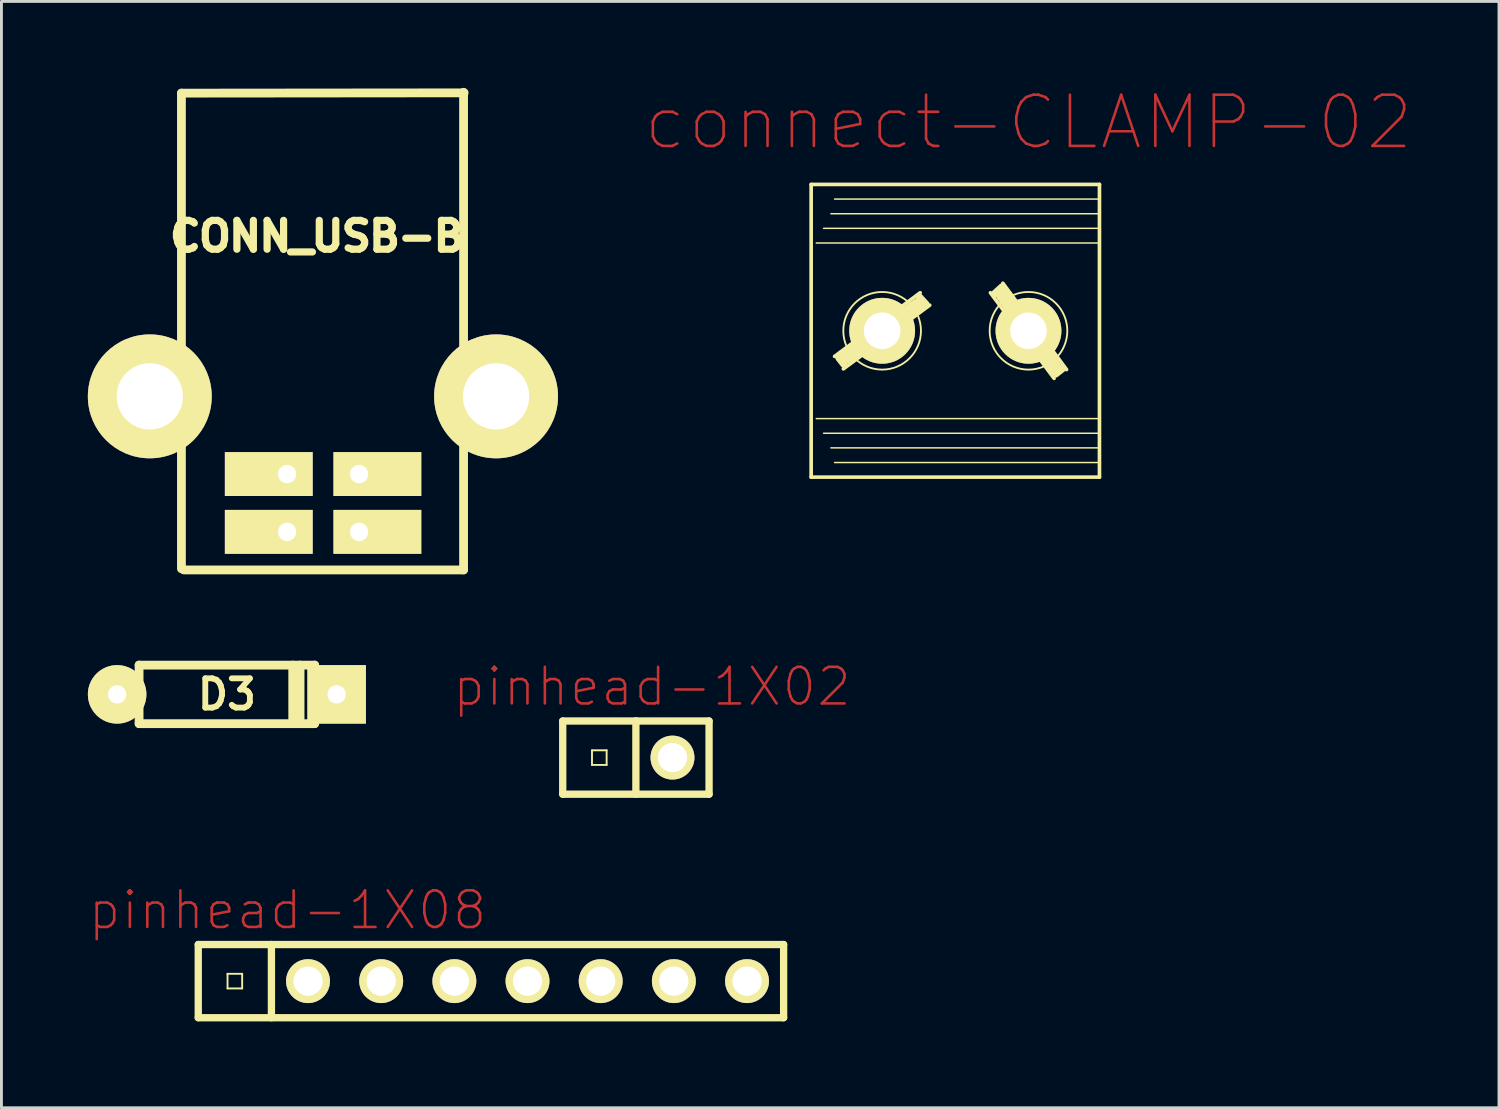
<source format=kicad_pcb>
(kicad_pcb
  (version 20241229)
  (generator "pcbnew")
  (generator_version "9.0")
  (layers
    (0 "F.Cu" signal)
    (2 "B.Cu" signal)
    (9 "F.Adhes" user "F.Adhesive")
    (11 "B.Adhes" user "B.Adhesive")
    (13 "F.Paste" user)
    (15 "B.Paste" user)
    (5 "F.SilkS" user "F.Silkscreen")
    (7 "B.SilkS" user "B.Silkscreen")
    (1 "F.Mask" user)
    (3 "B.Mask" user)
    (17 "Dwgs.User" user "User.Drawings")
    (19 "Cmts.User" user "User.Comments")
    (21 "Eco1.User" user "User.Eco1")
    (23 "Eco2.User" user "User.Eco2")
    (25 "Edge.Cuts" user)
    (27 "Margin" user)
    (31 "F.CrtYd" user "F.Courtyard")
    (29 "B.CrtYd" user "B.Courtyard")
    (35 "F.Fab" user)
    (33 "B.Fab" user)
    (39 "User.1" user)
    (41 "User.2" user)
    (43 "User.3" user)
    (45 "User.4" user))
  (footprint "D3"
    (layer "F.Cu")
    (at 4.826 21.054)
    (property "Reference" "D3" (at 0 0 0) (layer "F.SilkS") (effects (font (size 1.016 1.016) (thickness 0.203))))
    (attr through_hole)
    (fp_line (start -3.048 -1.016) (end -3.048 0) (stroke (width 0.305) (type solid)) (layer "F.SilkS"))
    (fp_line (start -3.048 0) (end -3.81 0) (stroke (width 0.305) (type solid)) (layer "F.SilkS"))
    (fp_line (start -3.048 0) (end -3.048 1.016) (stroke (width 0.305) (type solid)) (layer "F.SilkS"))
    (fp_line (start -3.048 1.016) (end 3.048 1.016) (stroke (width 0.305) (type solid)) (layer "F.SilkS"))
    (fp_line (start 2.286 1.016) (end 2.286 -1.016) (stroke (width 0.305) (type solid)) (layer "F.SilkS"))
    (fp_line (start 2.54 -1.016) (end 2.54 1.016) (stroke (width 0.305) (type solid)) (layer "F.SilkS"))
    (fp_line (start 3.048 -1.016) (end -3.048 -1.016) (stroke (width 0.305) (type solid)) (layer "F.SilkS"))
    (fp_line (start 3.048 0) (end 3.048 -1.016) (stroke (width 0.305) (type solid)) (layer "F.SilkS"))
    (fp_line (start 3.048 1.016) (end 3.048 0) (stroke (width 0.305) (type solid)) (layer "F.SilkS"))
    (fp_line (start 3.81 0) (end 3.048 0) (stroke (width 0.305) (type solid)) (layer "F.SilkS"))
    (pad "1" thru_hole circle (at -3.81 0) (size 2.032 2.032) (drill 0.635) (layers "*.Cu" "*.Mask" "F.SilkS"))
    (pad "2" thru_hole rect (at 3.81 0) (size 2.032 2.032) (drill 0.635) (layers "*.Cu" "*.Mask" "F.SilkS")))
  (footprint "connect-CLAMP-02"
    (layer "F.Cu")
    (at 30.112 8.433)
    (property "Reference" "connect-CLAMP-02" (at 2.54 -7.236 0) (layer "F.Cu") (effects (font (size 1.778 1.778) (thickness 0.089))))
    (attr exclude_from_pos_files exclude_from_bom)
    (fp_line (start -5.004 -5.08) (end -5.004 5.08) (stroke (width 0.127) (type solid)) (layer "F.SilkS"))
    (fp_line (start -5.004 -5.08) (end 5.004 -5.08) (stroke (width 0.127) (type solid)) (layer "F.SilkS"))
    (fp_line (start -4.826 -3.048) (end 4.953 -3.048) (stroke (width 0.051) (type solid)) (layer "F.SilkS"))
    (fp_line (start -4.572 -3.556) (end 4.953 -3.556) (stroke (width 0.051) (type solid)) (layer "F.SilkS"))
    (fp_line (start -4.572 3.556) (end 4.953 3.556) (stroke (width 0.051) (type solid)) (layer "F.SilkS"))
    (fp_line (start -4.318 -4.064) (end 4.953 -4.064) (stroke (width 0.051) (type solid)) (layer "F.SilkS"))
    (fp_line (start -4.318 4.064) (end 4.953 4.064) (stroke (width 0.051) (type solid)) (layer "F.SilkS"))
    (fp_line (start -4.191 -4.572) (end 4.953 -4.572) (stroke (width 0.051) (type solid)) (layer "F.SilkS"))
    (fp_line (start -4.191 4.572) (end 4.953 4.572) (stroke (width 0.051) (type solid)) (layer "F.SilkS"))
    (fp_line (start -3.861 1.168) (end -4.039 0.94) (stroke (width 0.254) (type solid)) (layer "F.SilkS"))
    (fp_line (start -1.27 -0.889) (end -3.81 0.889) (stroke (width 0.508) (type solid)) (layer "F.SilkS"))
    (fp_line (start -1.219 -1.321) (end -4.191 0.889) (stroke (width 0.127) (type solid)) (layer "F.SilkS"))
    (fp_line (start -1.016 -0.914) (end -1.245 -1.168) (stroke (width 0.254) (type solid)) (layer "F.SilkS"))
    (fp_line (start -0.889 -0.889) (end -3.886 1.321) (stroke (width 0.127) (type solid)) (layer "F.SilkS"))
    (fp_line (start 1.219 -1.321) (end 3.429 1.651) (stroke (width 0.127) (type solid)) (layer "F.SilkS"))
    (fp_line (start 1.626 -1.524) (end 1.372 -1.293) (stroke (width 0.254) (type solid)) (layer "F.SilkS"))
    (fp_line (start 1.651 -1.651) (end 3.861 1.346) (stroke (width 0.127) (type solid)) (layer "F.SilkS"))
    (fp_line (start 1.651 -1.27) (end 3.429 1.27) (stroke (width 0.508) (type solid)) (layer "F.SilkS"))
    (fp_line (start 3.708 1.321) (end 3.48 1.499) (stroke (width 0.254) (type solid)) (layer "F.SilkS"))
    (fp_line (start 4.953 3.048) (end -4.826 3.048) (stroke (width 0.051) (type solid)) (layer "F.SilkS"))
    (fp_line (start 5.004 -5.08) (end 5.004 5.08) (stroke (width 0.127) (type solid)) (layer "F.SilkS"))
    (fp_line (start 5.004 5.08) (end -5.004 5.08) (stroke (width 0.127) (type solid)) (layer "F.SilkS"))
    (fp_circle (center -2.54 0) (end -3.493 0.953) (stroke (width 0.064) (type solid)) (fill no) (layer "F.SilkS"))
    (fp_circle (center 2.54 0) (end 3.493 0.953) (stroke (width 0.064) (type solid)) (fill no) (layer "F.SilkS"))
    (pad "1" thru_hole circle (at -2.54 0) (size 2.286 2.286) (drill 1.27) (layers "*.Cu" "F.Mask" "F.SilkS" "F.Paste"))
    (pad "2" thru_hole circle (at 2.54 0) (size 2.286 2.286) (drill 1.27) (layers "*.Cu" "F.Mask" "F.SilkS" "F.Paste")))
  (footprint "pinhead-1X02"
    (layer "F.Cu")
    (at 19.024 23.249)
    (property "Reference" "pinhead-1X02" (at 0.559 -2.464 0) (layer "F.Cu") (effects (font (size 1.27 1.27) (thickness 0.089))))
    (attr exclude_from_pos_files exclude_from_bom)
    (fp_line (start -2.54 -1.27) (end -2.54 1.27) (stroke (width 0.254) (type solid)) (layer "F.SilkS"))
    (fp_line (start -2.54 -1.27) (end 0 -1.27) (stroke (width 0.254) (type solid)) (layer "F.SilkS"))
    (fp_line (start -1.524 -0.254) (end -1.016 -0.254) (stroke (width 0.066) (type solid)) (layer "F.SilkS"))
    (fp_line (start -1.524 0.254) (end -1.524 -0.254) (stroke (width 0.066) (type solid)) (layer "F.SilkS"))
    (fp_line (start -1.524 0.254) (end -1.016 0.254) (stroke (width 0.066) (type solid)) (layer "F.SilkS"))
    (fp_line (start -1.016 0.254) (end -1.016 -0.254) (stroke (width 0.066) (type solid)) (layer "F.SilkS"))
    (fp_line (start 0 -1.27) (end 0 1.27) (stroke (width 0.254) (type solid)) (layer "F.SilkS"))
    (fp_line (start 0 -1.27) (end 2.54 -1.27) (stroke (width 0.254) (type solid)) (layer "F.SilkS"))
    (fp_line (start 1.016 -0.254) (end 1.524 -0.254) (stroke (width 0.066) (type solid)) (layer "F.SilkS"))
    (fp_line (start 1.016 0.254) (end 1.016 -0.254) (stroke (width 0.066) (type solid)) (layer "F.SilkS"))
    (fp_line (start 1.016 0.254) (end 1.524 0.254) (stroke (width 0.066) (type solid)) (layer "F.SilkS"))
    (fp_line (start 1.524 0.254) (end 1.524 -0.254) (stroke (width 0.066) (type solid)) (layer "F.SilkS"))
    (fp_line (start 2.54 -1.27) (end 2.54 1.27) (stroke (width 0.254) (type solid)) (layer "F.SilkS"))
    (fp_line (start 2.54 1.27) (end -2.54 1.27) (stroke (width 0.254) (type solid)) (layer "F.SilkS"))
    (pad "1" thru_hole rect (at -1.27 0) (size 0.001 0.001) (drill 1.016) (layers "*.Cu" "F.Mask" "F.SilkS" "F.Paste"))
    (pad "2" thru_hole circle (at 1.27 0) (size 1.524 1.524) (drill 1.016) (layers "*.Cu" "F.Mask" "F.SilkS" "F.Paste")))
  (footprint "CONN_USB-B"
    (layer "F.Cu")
    (at 8.165 7.793)
    (property "Reference" "CONN_USB-B" (at -0.203 -2.642 0) (layer "F.SilkS") (effects (font (size 1.001 1.001) (thickness 0.25))))
    (attr through_hole)
    (fp_line (start -4.917 -7.61) (end -4.917 8.9) (stroke (width 0.305) (type solid)) (layer "F.SilkS"))
    (fp_line (start -4.836 8.941) (end 4.877 8.941) (stroke (width 0.305) (type solid)) (layer "F.SilkS"))
    (fp_line (start 4.877 8.941) (end 4.877 -7.64) (stroke (width 0.305) (type solid)) (layer "F.SilkS"))
    (fp_line (start 4.897 -7.62) (end -4.917 -7.61) (stroke (width 0.305) (type solid)) (layer "F.SilkS"))
    (pad "1" thru_hole rect (at -1.25 7.62) (size 3.048 1.524) (drill 0.635 (offset -0.635 0)) (layers "*.Cu" "*.Mask" "F.SilkS"))
    (pad "2" thru_hole rect (at 1.25 7.62) (size 3.048 1.524) (drill 0.635 (offset 0.635 0)) (layers "*.Cu" "*.Mask" "F.SilkS"))
    (pad "3" thru_hole rect (at 1.25 5.613) (size 3.048 1.524) (drill 0.635 (offset 0.635 0)) (layers "*.Cu" "*.Mask" "F.SilkS"))
    (pad "4" thru_hole rect (at -1.25 5.613) (size 3.048 1.524) (drill 0.635 (offset -0.635 0)) (layers "*.Cu" "*.Mask" "F.SilkS"))
    (pad "5" thru_hole circle (at 6.005 2.916) (size 4.3 4.3) (drill 2.301) (layers "*.Cu" "*.Mask" "F.SilkS"))
    (pad "6" thru_hole circle (at -6.015 2.916) (size 4.3 4.3) (drill 2.301) (layers "*.Cu" "*.Mask" "F.SilkS")))
  (footprint "pinhead-1X08"
    (layer "F.Cu")
    (at 13.992 31.008)
    (property "Reference" "pinhead-1X08" (at -7.061 -2.464 0) (layer "F.Cu") (effects (font (size 1.27 1.27) (thickness 0.089))))
    (attr exclude_from_pos_files exclude_from_bom)
    (fp_line (start -10.16 -1.27) (end -10.16 1.27) (stroke (width 0.254) (type solid)) (layer "F.SilkS"))
    (fp_line (start -10.16 -1.27) (end -7.62 -1.27) (stroke (width 0.254) (type solid)) (layer "F.SilkS"))
    (fp_line (start -9.144 -0.254) (end -8.636 -0.254) (stroke (width 0.066) (type solid)) (layer "F.SilkS"))
    (fp_line (start -9.144 0.254) (end -9.144 -0.254) (stroke (width 0.066) (type solid)) (layer "F.SilkS"))
    (fp_line (start -9.144 0.254) (end -8.636 0.254) (stroke (width 0.066) (type solid)) (layer "F.SilkS"))
    (fp_line (start -8.636 0.254) (end -8.636 -0.254) (stroke (width 0.066) (type solid)) (layer "F.SilkS"))
    (fp_line (start -7.62 -1.27) (end -7.62 1.27) (stroke (width 0.254) (type solid)) (layer "F.SilkS"))
    (fp_line (start -7.62 -1.27) (end 10.16 -1.27) (stroke (width 0.254) (type solid)) (layer "F.SilkS"))
    (fp_line (start -6.604 -0.254) (end -6.096 -0.254) (stroke (width 0.066) (type solid)) (layer "F.SilkS"))
    (fp_line (start -6.604 0.254) (end -6.604 -0.254) (stroke (width 0.066) (type solid)) (layer "F.SilkS"))
    (fp_line (start -6.604 0.254) (end -6.096 0.254) (stroke (width 0.066) (type solid)) (layer "F.SilkS"))
    (fp_line (start -6.096 0.254) (end -6.096 -0.254) (stroke (width 0.066) (type solid)) (layer "F.SilkS"))
    (fp_line (start -4.064 -0.254) (end -3.556 -0.254) (stroke (width 0.066) (type solid)) (layer "F.SilkS"))
    (fp_line (start -4.064 0.254) (end -4.064 -0.254) (stroke (width 0.066) (type solid)) (layer "F.SilkS"))
    (fp_line (start -4.064 0.254) (end -3.556 0.254) (stroke (width 0.066) (type solid)) (layer "F.SilkS"))
    (fp_line (start -3.556 0.254) (end -3.556 -0.254) (stroke (width 0.066) (type solid)) (layer "F.SilkS"))
    (fp_line (start -1.524 -0.254) (end -1.016 -0.254) (stroke (width 0.066) (type solid)) (layer "F.SilkS"))
    (fp_line (start -1.524 0.254) (end -1.524 -0.254) (stroke (width 0.066) (type solid)) (layer "F.SilkS"))
    (fp_line (start -1.524 0.254) (end -1.016 0.254) (stroke (width 0.066) (type solid)) (layer "F.SilkS"))
    (fp_line (start -1.016 0.254) (end -1.016 -0.254) (stroke (width 0.066) (type solid)) (layer "F.SilkS"))
    (fp_line (start 1.016 -0.254) (end 1.524 -0.254) (stroke (width 0.066) (type solid)) (layer "F.SilkS"))
    (fp_line (start 1.016 0.254) (end 1.016 -0.254) (stroke (width 0.066) (type solid)) (layer "F.SilkS"))
    (fp_line (start 1.016 0.254) (end 1.524 0.254) (stroke (width 0.066) (type solid)) (layer "F.SilkS"))
    (fp_line (start 1.524 0.254) (end 1.524 -0.254) (stroke (width 0.066) (type solid)) (layer "F.SilkS"))
    (fp_line (start 3.556 -0.254) (end 4.064 -0.254) (stroke (width 0.066) (type solid)) (layer "F.SilkS"))
    (fp_line (start 3.556 0.254) (end 3.556 -0.254) (stroke (width 0.066) (type solid)) (layer "F.SilkS"))
    (fp_line (start 3.556 0.254) (end 4.064 0.254) (stroke (width 0.066) (type solid)) (layer "F.SilkS"))
    (fp_line (start 4.064 0.254) (end 4.064 -0.254) (stroke (width 0.066) (type solid)) (layer "F.SilkS"))
    (fp_line (start 6.096 -0.254) (end 6.604 -0.254) (stroke (width 0.066) (type solid)) (layer "F.SilkS"))
    (fp_line (start 6.096 0.254) (end 6.096 -0.254) (stroke (width 0.066) (type solid)) (layer "F.SilkS"))
    (fp_line (start 6.096 0.254) (end 6.604 0.254) (stroke (width 0.066) (type solid)) (layer "F.SilkS"))
    (fp_line (start 6.604 0.254) (end 6.604 -0.254) (stroke (width 0.066) (type solid)) (layer "F.SilkS"))
    (fp_line (start 8.636 -0.254) (end 9.144 -0.254) (stroke (width 0.066) (type solid)) (layer "F.SilkS"))
    (fp_line (start 8.636 0.254) (end 8.636 -0.254) (stroke (width 0.066) (type solid)) (layer "F.SilkS"))
    (fp_line (start 8.636 0.254) (end 9.144 0.254) (stroke (width 0.066) (type solid)) (layer "F.SilkS"))
    (fp_line (start 9.144 0.254) (end 9.144 -0.254) (stroke (width 0.066) (type solid)) (layer "F.SilkS"))
    (fp_line (start 10.16 -1.27) (end 10.16 1.27) (stroke (width 0.254) (type solid)) (layer "F.SilkS"))
    (fp_line (start 10.16 1.27) (end -10.16 1.27) (stroke (width 0.254) (type solid)) (layer "F.SilkS"))
    (pad "1" thru_hole rect (at -8.89 0) (size 0.001 0.001) (drill 1.016) (layers "*.Cu" "F.Mask" "F.SilkS" "F.Paste"))
    (pad "2" thru_hole circle (at -6.35 0) (size 1.524 1.524) (drill 1.016) (layers "*.Cu" "F.Mask" "F.SilkS" "F.Paste"))
    (pad "3" thru_hole circle (at -3.81 0) (size 1.524 1.524) (drill 1.016) (layers "*.Cu" "F.Mask" "F.SilkS" "F.Paste"))
    (pad "4" thru_hole circle (at -1.27 0) (size 1.524 1.524) (drill 1.016) (layers "*.Cu" "F.Mask" "F.SilkS" "F.Paste"))
    (pad "5" thru_hole circle (at 1.27 0) (size 1.524 1.524) (drill 1.016) (layers "*.Cu" "F.Mask" "F.SilkS" "F.Paste"))
    (pad "6" thru_hole circle (at 3.81 0) (size 1.524 1.524) (drill 1.016) (layers "*.Cu" "F.Mask" "F.SilkS" "F.Paste"))
    (pad "7" thru_hole circle (at 6.35 0) (size 1.524 1.524) (drill 1.016) (layers "*.Cu" "F.Mask" "F.SilkS" "F.Paste"))
    (pad "8" thru_hole circle (at 8.89 0) (size 1.524 1.524) (drill 1.016) (layers "*.Cu" "F.Mask" "F.SilkS" "F.Paste")))
  (gr_rect
    (start -3 -3)
    (end 48.985 35.405)
    (stroke (width 0.1) (type default))
    (fill no)
    (layer "Edge.Cuts")))
</source>
